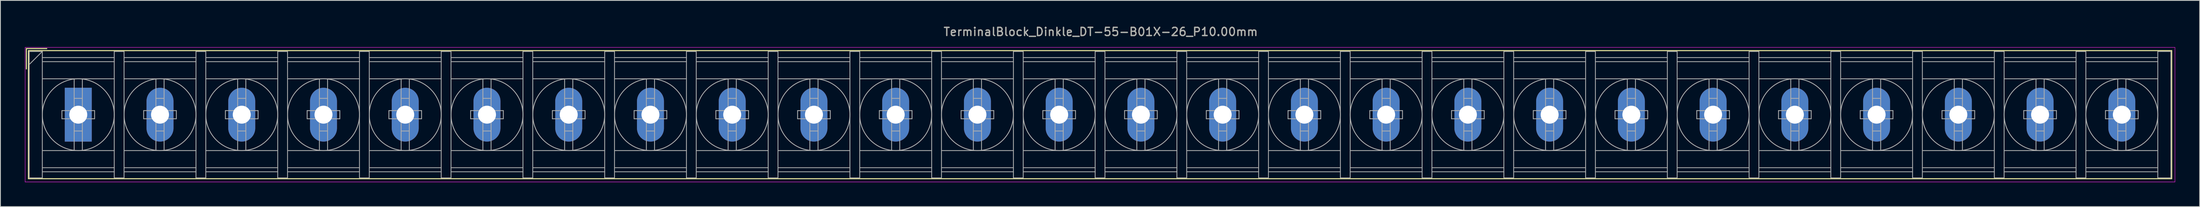
<source format=kicad_pcb>
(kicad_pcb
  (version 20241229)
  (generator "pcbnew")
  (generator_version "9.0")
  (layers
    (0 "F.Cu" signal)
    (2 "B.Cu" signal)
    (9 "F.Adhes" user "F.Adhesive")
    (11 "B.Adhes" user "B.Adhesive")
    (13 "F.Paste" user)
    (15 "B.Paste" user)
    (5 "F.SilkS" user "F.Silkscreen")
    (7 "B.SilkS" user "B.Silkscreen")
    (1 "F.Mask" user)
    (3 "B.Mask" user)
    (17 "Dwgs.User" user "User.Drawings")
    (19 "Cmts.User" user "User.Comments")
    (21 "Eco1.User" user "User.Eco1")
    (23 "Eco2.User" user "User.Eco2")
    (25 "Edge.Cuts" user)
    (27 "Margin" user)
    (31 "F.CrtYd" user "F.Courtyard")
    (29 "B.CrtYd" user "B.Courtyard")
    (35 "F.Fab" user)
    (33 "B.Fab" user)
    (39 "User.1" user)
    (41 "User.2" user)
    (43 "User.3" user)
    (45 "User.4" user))
  (footprint "TerminalBlock_Dinkle_DT-55-B01X-26_P10.00mm"
    (layer "F.Cu")
    (at 6.525 11.008)
    (property "Reference" "TerminalBlock_Dinkle_DT-55-B01X-26_P10.00mm" (at 125.08 -10.16 0) (layer "F.SilkS") (effects (font (size 1 1) (thickness 0.15))))
    (attr through_hole)
    (fp_line (start -6.35 -8.1) (end -3.85 -8.1) (stroke (width 0.12) (type solid)) (layer "F.SilkS"))
    (fp_line (start -6.35 -5.6) (end -6.35 -8.1) (stroke (width 0.12) (type solid)) (layer "F.SilkS"))
    (fp_line (start -6.1 -7.85) (end 256.1 -7.85) (stroke (width 0.12) (type solid)) (layer "F.SilkS"))
    (fp_line (start -6.1 7.85) (end -6.1 -7.85) (stroke (width 0.12) (type solid)) (layer "F.SilkS"))
    (fp_line (start -6.1 7.85) (end 256.1 7.85) (stroke (width 0.12) (type solid)) (layer "F.SilkS"))
    (fp_line (start 256.1 -7.85) (end 256.1 7.85) (stroke (width 0.12) (type solid)) (layer "F.SilkS"))
    (fp_line (start -6.5 -8.25) (end 256.5 -8.25) (stroke (width 0.05) (type solid)) (layer "F.CrtYd"))
    (fp_line (start -6.5 8.25) (end -6.5 -8.25) (stroke (width 0.05) (type solid)) (layer "F.CrtYd"))
    (fp_line (start -6.5 8.25) (end 256.5 8.25) (stroke (width 0.05) (type solid)) (layer "F.CrtYd"))
    (fp_line (start 256.5 -8.25) (end 256.5 8.25) (stroke (width 0.05) (type solid)) (layer "F.CrtYd"))
    (fp_line (start -6 -7.75) (end -6 7.75) (stroke (width 0.1) (type solid)) (layer "F.Fab"))
    (fp_line (start -6 -7.75) (end -4.4 -7.75) (stroke (width 0.1) (type solid)) (layer "F.Fab"))
    (fp_line (start -6 7.75) (end -4.4 7.75) (stroke (width 0.1) (type solid)) (layer "F.Fab"))
    (fp_line (start -4.4 -7.75) (end -6 -6.15) (stroke (width 0.1) (type solid)) (layer "F.Fab"))
    (fp_line (start -4.4 -7.75) (end -4.4 7.75) (stroke (width 0.1) (type solid)) (layer "F.Fab"))
    (fp_line (start -4.4 -7) (end 4.4 -7) (stroke (width 0.1) (type solid)) (layer "F.Fab"))
    (fp_line (start -4.4 -6.5) (end 4.4 -6.5) (stroke (width 0.1) (type solid)) (layer "F.Fab"))
    (fp_line (start -4.4 -4.4) (end 4.4 -4.4) (stroke (width 0.1) (type solid)) (layer "F.Fab"))
    (fp_line (start -4.4 4.4) (end 4.4 4.4) (stroke (width 0.1) (type solid)) (layer "F.Fab"))
    (fp_line (start -4.4 6.5) (end 4.4 6.5) (stroke (width 0.1) (type solid)) (layer "F.Fab"))
    (fp_line (start -4.4 7) (end 4.4 7) (stroke (width 0.1) (type solid)) (layer "F.Fab"))
    (fp_line (start -2 -0.5) (end -2 0.5) (stroke (width 0.1) (type solid)) (layer "F.Fab"))
    (fp_line (start -2 0.5) (end -0.5 0.5) (stroke (width 0.1) (type solid)) (layer "F.Fab"))
    (fp_line (start -0.5 -4.35) (end -0.5 -0.5) (stroke (width 0.1) (type solid)) (layer "F.Fab"))
    (fp_line (start -0.5 -2) (end 0.5 -2) (stroke (width 0.1) (type solid)) (layer "F.Fab"))
    (fp_line (start -0.5 -0.5) (end -2 -0.5) (stroke (width 0.1) (type solid)) (layer "F.Fab"))
    (fp_line (start -0.5 0.5) (end -0.5 4.35) (stroke (width 0.1) (type solid)) (layer "F.Fab"))
    (fp_line (start -0.5 2) (end 0.5 2) (stroke (width 0.1) (type solid)) (layer "F.Fab"))
    (fp_line (start 0.5 -4.35) (end 0.5 -0.5) (stroke (width 0.1) (type solid)) (layer "F.Fab"))
    (fp_line (start 0.5 -0.5) (end 2 -0.5) (stroke (width 0.1) (type solid)) (layer "F.Fab"))
    (fp_line (start 0.5 0.5) (end 0.5 4.35) (stroke (width 0.1) (type solid)) (layer "F.Fab"))
    (fp_line (start 2 -0.5) (end 2 0.5) (stroke (width 0.1) (type solid)) (layer "F.Fab"))
    (fp_line (start 2 0.5) (end 0.5 0.5) (stroke (width 0.1) (type solid)) (layer "F.Fab"))
    (fp_line (start 4.4 -7.75) (end 4.4 7.75) (stroke (width 0.1) (type solid)) (layer "F.Fab"))
    (fp_line (start 4.4 -7.75) (end 5.6 -7.75) (stroke (width 0.1) (type solid)) (layer "F.Fab"))
    (fp_line (start 4.4 7.75) (end 5.6 7.75) (stroke (width 0.1) (type solid)) (layer "F.Fab"))
    (fp_line (start 5.6 -7.75) (end 5.6 7.75) (stroke (width 0.1) (type solid)) (layer "F.Fab"))
    (fp_line (start 5.6 -7) (end 14.4 -7) (stroke (width 0.1) (type solid)) (layer "F.Fab"))
    (fp_line (start 5.6 -6.5) (end 14.4 -6.5) (stroke (width 0.1) (type solid)) (layer "F.Fab"))
    (fp_line (start 5.6 -4.4) (end 14.4 -4.4) (stroke (width 0.1) (type solid)) (layer "F.Fab"))
    (fp_line (start 5.6 4.4) (end 14.4 4.4) (stroke (width 0.1) (type solid)) (layer "F.Fab"))
    (fp_line (start 5.6 6.5) (end 14.4 6.5) (stroke (width 0.1) (type solid)) (layer "F.Fab"))
    (fp_line (start 5.6 7) (end 14.4 7) (stroke (width 0.1) (type solid)) (layer "F.Fab"))
    (fp_line (start 8 -0.5) (end 8 0.5) (stroke (width 0.1) (type solid)) (layer "F.Fab"))
    (fp_line (start 8 0.5) (end 9.5 0.5) (stroke (width 0.1) (type solid)) (layer "F.Fab"))
    (fp_line (start 9.5 -4.35) (end 9.5 -0.5) (stroke (width 0.1) (type solid)) (layer "F.Fab"))
    (fp_line (start 9.5 -2) (end 10.5 -2) (stroke (width 0.1) (type solid)) (layer "F.Fab"))
    (fp_line (start 9.5 -0.5) (end 8 -0.5) (stroke (width 0.1) (type solid)) (layer "F.Fab"))
    (fp_line (start 9.5 0.5) (end 9.5 4.35) (stroke (width 0.1) (type solid)) (layer "F.Fab"))
    (fp_line (start 9.5 2) (end 10.5 2) (stroke (width 0.1) (type solid)) (layer "F.Fab"))
    (fp_line (start 10.5 -4.35) (end 10.5 -0.5) (stroke (width 0.1) (type solid)) (layer "F.Fab"))
    (fp_line (start 10.5 -0.5) (end 12 -0.5) (stroke (width 0.1) (type solid)) (layer "F.Fab"))
    (fp_line (start 10.5 0.5) (end 10.5 4.35) (stroke (width 0.1) (type solid)) (layer "F.Fab"))
    (fp_line (start 12 -0.5) (end 12 0.5) (stroke (width 0.1) (type solid)) (layer "F.Fab"))
    (fp_line (start 12 0.5) (end 10.5 0.5) (stroke (width 0.1) (type solid)) (layer "F.Fab"))
    (fp_line (start 14.4 -7.75) (end 14.4 7.75) (stroke (width 0.1) (type solid)) (layer "F.Fab"))
    (fp_line (start 14.4 -7.75) (end 15.6 -7.75) (stroke (width 0.1) (type solid)) (layer "F.Fab"))
    (fp_line (start 14.4 7.75) (end 15.6 7.75) (stroke (width 0.1) (type solid)) (layer "F.Fab"))
    (fp_line (start 15.6 -7.75) (end 15.6 7.75) (stroke (width 0.1) (type solid)) (layer "F.Fab"))
    (fp_line (start 15.6 -7) (end 24.4 -7) (stroke (width 0.1) (type solid)) (layer "F.Fab"))
    (fp_line (start 15.6 -6.5) (end 24.4 -6.5) (stroke (width 0.1) (type solid)) (layer "F.Fab"))
    (fp_line (start 15.6 -4.4) (end 24.4 -4.4) (stroke (width 0.1) (type solid)) (layer "F.Fab"))
    (fp_line (start 15.6 4.4) (end 24.4 4.4) (stroke (width 0.1) (type solid)) (layer "F.Fab"))
    (fp_line (start 15.6 6.5) (end 24.4 6.5) (stroke (width 0.1) (type solid)) (layer "F.Fab"))
    (fp_line (start 15.6 7) (end 24.4 7) (stroke (width 0.1) (type solid)) (layer "F.Fab"))
    (fp_line (start 18 -0.5) (end 18 0.5) (stroke (width 0.1) (type solid)) (layer "F.Fab"))
    (fp_line (start 18 0.5) (end 19.5 0.5) (stroke (width 0.1) (type solid)) (layer "F.Fab"))
    (fp_line (start 19.5 -4.35) (end 19.5 -0.5) (stroke (width 0.1) (type solid)) (layer "F.Fab"))
    (fp_line (start 19.5 -2) (end 20.5 -2) (stroke (width 0.1) (type solid)) (layer "F.Fab"))
    (fp_line (start 19.5 -0.5) (end 18 -0.5) (stroke (width 0.1) (type solid)) (layer "F.Fab"))
    (fp_line (start 19.5 0.5) (end 19.5 4.35) (stroke (width 0.1) (type solid)) (layer "F.Fab"))
    (fp_line (start 19.5 2) (end 20.5 2) (stroke (width 0.1) (type solid)) (layer "F.Fab"))
    (fp_line (start 20.5 -4.35) (end 20.5 -0.5) (stroke (width 0.1) (type solid)) (layer "F.Fab"))
    (fp_line (start 20.5 -0.5) (end 22 -0.5) (stroke (width 0.1) (type solid)) (layer "F.Fab"))
    (fp_line (start 20.5 0.5) (end 20.5 4.35) (stroke (width 0.1) (type solid)) (layer "F.Fab"))
    (fp_line (start 22 -0.5) (end 22 0.5) (stroke (width 0.1) (type solid)) (layer "F.Fab"))
    (fp_line (start 22 0.5) (end 20.5 0.5) (stroke (width 0.1) (type solid)) (layer "F.Fab"))
    (fp_line (start 24.4 -7.75) (end 24.4 7.75) (stroke (width 0.1) (type solid)) (layer "F.Fab"))
    (fp_line (start 24.4 -7.75) (end 25.6 -7.75) (stroke (width 0.1) (type solid)) (layer "F.Fab"))
    (fp_line (start 24.4 7.75) (end 25.6 7.75) (stroke (width 0.1) (type solid)) (layer "F.Fab"))
    (fp_line (start 25.6 -7.75) (end 25.6 7.75) (stroke (width 0.1) (type solid)) (layer "F.Fab"))
    (fp_line (start 25.6 -7) (end 34.4 -7) (stroke (width 0.1) (type solid)) (layer "F.Fab"))
    (fp_line (start 25.6 -6.5) (end 34.4 -6.5) (stroke (width 0.1) (type solid)) (layer "F.Fab"))
    (fp_line (start 25.6 -4.4) (end 34.4 -4.4) (stroke (width 0.1) (type solid)) (layer "F.Fab"))
    (fp_line (start 25.6 4.4) (end 34.4 4.4) (stroke (width 0.1) (type solid)) (layer "F.Fab"))
    (fp_line (start 25.6 6.5) (end 34.4 6.5) (stroke (width 0.1) (type solid)) (layer "F.Fab"))
    (fp_line (start 25.6 7) (end 34.4 7) (stroke (width 0.1) (type solid)) (layer "F.Fab"))
    (fp_line (start 28 -0.5) (end 28 0.5) (stroke (width 0.1) (type solid)) (layer "F.Fab"))
    (fp_line (start 28 0.5) (end 29.5 0.5) (stroke (width 0.1) (type solid)) (layer "F.Fab"))
    (fp_line (start 29.5 -4.35) (end 29.5 -0.5) (stroke (width 0.1) (type solid)) (layer "F.Fab"))
    (fp_line (start 29.5 -2) (end 30.5 -2) (stroke (width 0.1) (type solid)) (layer "F.Fab"))
    (fp_line (start 29.5 -0.5) (end 28 -0.5) (stroke (width 0.1) (type solid)) (layer "F.Fab"))
    (fp_line (start 29.5 0.5) (end 29.5 4.35) (stroke (width 0.1) (type solid)) (layer "F.Fab"))
    (fp_line (start 29.5 2) (end 30.5 2) (stroke (width 0.1) (type solid)) (layer "F.Fab"))
    (fp_line (start 30.5 -4.35) (end 30.5 -0.5) (stroke (width 0.1) (type solid)) (layer "F.Fab"))
    (fp_line (start 30.5 -0.5) (end 32 -0.5) (stroke (width 0.1) (type solid)) (layer "F.Fab"))
    (fp_line (start 30.5 0.5) (end 30.5 4.35) (stroke (width 0.1) (type solid)) (layer "F.Fab"))
    (fp_line (start 32 -0.5) (end 32 0.5) (stroke (width 0.1) (type solid)) (layer "F.Fab"))
    (fp_line (start 32 0.5) (end 30.5 0.5) (stroke (width 0.1) (type solid)) (layer "F.Fab"))
    (fp_line (start 34.4 -7.75) (end 34.4 7.75) (stroke (width 0.1) (type solid)) (layer "F.Fab"))
    (fp_line (start 34.4 -7.75) (end 35.6 -7.75) (stroke (width 0.1) (type solid)) (layer "F.Fab"))
    (fp_line (start 34.4 7.75) (end 35.6 7.75) (stroke (width 0.1) (type solid)) (layer "F.Fab"))
    (fp_line (start 35.6 -7.75) (end 35.6 7.75) (stroke (width 0.1) (type solid)) (layer "F.Fab"))
    (fp_line (start 35.6 -7) (end 44.4 -7) (stroke (width 0.1) (type solid)) (layer "F.Fab"))
    (fp_line (start 35.6 -6.5) (end 44.4 -6.5) (stroke (width 0.1) (type solid)) (layer "F.Fab"))
    (fp_line (start 35.6 -4.4) (end 44.4 -4.4) (stroke (width 0.1) (type solid)) (layer "F.Fab"))
    (fp_line (start 35.6 4.4) (end 44.4 4.4) (stroke (width 0.1) (type solid)) (layer "F.Fab"))
    (fp_line (start 35.6 6.5) (end 44.4 6.5) (stroke (width 0.1) (type solid)) (layer "F.Fab"))
    (fp_line (start 35.6 7) (end 44.4 7) (stroke (width 0.1) (type solid)) (layer "F.Fab"))
    (fp_line (start 38 -0.5) (end 38 0.5) (stroke (width 0.1) (type solid)) (layer "F.Fab"))
    (fp_line (start 38 0.5) (end 39.5 0.5) (stroke (width 0.1) (type solid)) (layer "F.Fab"))
    (fp_line (start 39.5 -4.35) (end 39.5 -0.5) (stroke (width 0.1) (type solid)) (layer "F.Fab"))
    (fp_line (start 39.5 -2) (end 40.5 -2) (stroke (width 0.1) (type solid)) (layer "F.Fab"))
    (fp_line (start 39.5 -0.5) (end 38 -0.5) (stroke (width 0.1) (type solid)) (layer "F.Fab"))
    (fp_line (start 39.5 0.5) (end 39.5 4.35) (stroke (width 0.1) (type solid)) (layer "F.Fab"))
    (fp_line (start 39.5 2) (end 40.5 2) (stroke (width 0.1) (type solid)) (layer "F.Fab"))
    (fp_line (start 40.5 -4.35) (end 40.5 -0.5) (stroke (width 0.1) (type solid)) (layer "F.Fab"))
    (fp_line (start 40.5 -0.5) (end 42 -0.5) (stroke (width 0.1) (type solid)) (layer "F.Fab"))
    (fp_line (start 40.5 0.5) (end 40.5 4.35) (stroke (width 0.1) (type solid)) (layer "F.Fab"))
    (fp_line (start 42 -0.5) (end 42 0.5) (stroke (width 0.1) (type solid)) (layer "F.Fab"))
    (fp_line (start 42 0.5) (end 40.5 0.5) (stroke (width 0.1) (type solid)) (layer "F.Fab"))
    (fp_line (start 44.4 -7.75) (end 44.4 7.75) (stroke (width 0.1) (type solid)) (layer "F.Fab"))
    (fp_line (start 44.4 -7.75) (end 45.6 -7.75) (stroke (width 0.1) (type solid)) (layer "F.Fab"))
    (fp_line (start 44.4 7.75) (end 45.6 7.75) (stroke (width 0.1) (type solid)) (layer "F.Fab"))
    (fp_line (start 45.6 -7.75) (end 45.6 7.75) (stroke (width 0.1) (type solid)) (layer "F.Fab"))
    (fp_line (start 45.6 -7) (end 54.4 -7) (stroke (width 0.1) (type solid)) (layer "F.Fab"))
    (fp_line (start 45.6 -6.5) (end 54.4 -6.5) (stroke (width 0.1) (type solid)) (layer "F.Fab"))
    (fp_line (start 45.6 -4.4) (end 54.4 -4.4) (stroke (width 0.1) (type solid)) (layer "F.Fab"))
    (fp_line (start 45.6 4.4) (end 54.4 4.4) (stroke (width 0.1) (type solid)) (layer "F.Fab"))
    (fp_line (start 45.6 6.5) (end 54.4 6.5) (stroke (width 0.1) (type solid)) (layer "F.Fab"))
    (fp_line (start 45.6 7) (end 54.4 7) (stroke (width 0.1) (type solid)) (layer "F.Fab"))
    (fp_line (start 48 -0.5) (end 48 0.5) (stroke (width 0.1) (type solid)) (layer "F.Fab"))
    (fp_line (start 48 0.5) (end 49.5 0.5) (stroke (width 0.1) (type solid)) (layer "F.Fab"))
    (fp_line (start 49.5 -4.35) (end 49.5 -0.5) (stroke (width 0.1) (type solid)) (layer "F.Fab"))
    (fp_line (start 49.5 -2) (end 50.5 -2) (stroke (width 0.1) (type solid)) (layer "F.Fab"))
    (fp_line (start 49.5 -0.5) (end 48 -0.5) (stroke (width 0.1) (type solid)) (layer "F.Fab"))
    (fp_line (start 49.5 0.5) (end 49.5 4.35) (stroke (width 0.1) (type solid)) (layer "F.Fab"))
    (fp_line (start 49.5 2) (end 50.5 2) (stroke (width 0.1) (type solid)) (layer "F.Fab"))
    (fp_line (start 50.5 -4.35) (end 50.5 -0.5) (stroke (width 0.1) (type solid)) (layer "F.Fab"))
    (fp_line (start 50.5 -0.5) (end 52 -0.5) (stroke (width 0.1) (type solid)) (layer "F.Fab"))
    (fp_line (start 50.5 0.5) (end 50.5 4.35) (stroke (width 0.1) (type solid)) (layer "F.Fab"))
    (fp_line (start 52 -0.5) (end 52 0.5) (stroke (width 0.1) (type solid)) (layer "F.Fab"))
    (fp_line (start 52 0.5) (end 50.5 0.5) (stroke (width 0.1) (type solid)) (layer "F.Fab"))
    (fp_line (start 54.4 -7.75) (end 54.4 7.75) (stroke (width 0.1) (type solid)) (layer "F.Fab"))
    (fp_line (start 54.4 -7.75) (end 55.6 -7.75) (stroke (width 0.1) (type solid)) (layer "F.Fab"))
    (fp_line (start 54.4 7.75) (end 55.6 7.75) (stroke (width 0.1) (type solid)) (layer "F.Fab"))
    (fp_line (start 55.6 -7.75) (end 55.6 7.75) (stroke (width 0.1) (type solid)) (layer "F.Fab"))
    (fp_line (start 55.6 -7) (end 64.4 -7) (stroke (width 0.1) (type solid)) (layer "F.Fab"))
    (fp_line (start 55.6 -6.5) (end 64.4 -6.5) (stroke (width 0.1) (type solid)) (layer "F.Fab"))
    (fp_line (start 55.6 -4.4) (end 64.4 -4.4) (stroke (width 0.1) (type solid)) (layer "F.Fab"))
    (fp_line (start 55.6 4.4) (end 64.4 4.4) (stroke (width 0.1) (type solid)) (layer "F.Fab"))
    (fp_line (start 55.6 6.5) (end 64.4 6.5) (stroke (width 0.1) (type solid)) (layer "F.Fab"))
    (fp_line (start 55.6 7) (end 64.4 7) (stroke (width 0.1) (type solid)) (layer "F.Fab"))
    (fp_line (start 58 -0.5) (end 58 0.5) (stroke (width 0.1) (type solid)) (layer "F.Fab"))
    (fp_line (start 58 0.5) (end 59.5 0.5) (stroke (width 0.1) (type solid)) (layer "F.Fab"))
    (fp_line (start 59.5 -4.35) (end 59.5 -0.5) (stroke (width 0.1) (type solid)) (layer "F.Fab"))
    (fp_line (start 59.5 -2) (end 60.5 -2) (stroke (width 0.1) (type solid)) (layer "F.Fab"))
    (fp_line (start 59.5 -0.5) (end 58 -0.5) (stroke (width 0.1) (type solid)) (layer "F.Fab"))
    (fp_line (start 59.5 0.5) (end 59.5 4.35) (stroke (width 0.1) (type solid)) (layer "F.Fab"))
    (fp_line (start 59.5 2) (end 60.5 2) (stroke (width 0.1) (type solid)) (layer "F.Fab"))
    (fp_line (start 60.5 -4.35) (end 60.5 -0.5) (stroke (width 0.1) (type solid)) (layer "F.Fab"))
    (fp_line (start 60.5 -0.5) (end 62 -0.5) (stroke (width 0.1) (type solid)) (layer "F.Fab"))
    (fp_line (start 60.5 0.5) (end 60.5 4.35) (stroke (width 0.1) (type solid)) (layer "F.Fab"))
    (fp_line (start 62 -0.5) (end 62 0.5) (stroke (width 0.1) (type solid)) (layer "F.Fab"))
    (fp_line (start 62 0.5) (end 60.5 0.5) (stroke (width 0.1) (type solid)) (layer "F.Fab"))
    (fp_line (start 64.4 -7.75) (end 64.4 7.75) (stroke (width 0.1) (type solid)) (layer "F.Fab"))
    (fp_line (start 64.4 -7.75) (end 65.6 -7.75) (stroke (width 0.1) (type solid)) (layer "F.Fab"))
    (fp_line (start 64.4 7.75) (end 65.6 7.75) (stroke (width 0.1) (type solid)) (layer "F.Fab"))
    (fp_line (start 65.6 -7.75) (end 65.6 7.75) (stroke (width 0.1) (type solid)) (layer "F.Fab"))
    (fp_line (start 65.6 -7) (end 74.4 -7) (stroke (width 0.1) (type solid)) (layer "F.Fab"))
    (fp_line (start 65.6 -6.5) (end 74.4 -6.5) (stroke (width 0.1) (type solid)) (layer "F.Fab"))
    (fp_line (start 65.6 -4.4) (end 74.4 -4.4) (stroke (width 0.1) (type solid)) (layer "F.Fab"))
    (fp_line (start 65.6 4.4) (end 74.4 4.4) (stroke (width 0.1) (type solid)) (layer "F.Fab"))
    (fp_line (start 65.6 6.5) (end 74.4 6.5) (stroke (width 0.1) (type solid)) (layer "F.Fab"))
    (fp_line (start 65.6 7) (end 74.4 7) (stroke (width 0.1) (type solid)) (layer "F.Fab"))
    (fp_line (start 68 -0.5) (end 68 0.5) (stroke (width 0.1) (type solid)) (layer "F.Fab"))
    (fp_line (start 68 0.5) (end 69.5 0.5) (stroke (width 0.1) (type solid)) (layer "F.Fab"))
    (fp_line (start 69.5 -4.35) (end 69.5 -0.5) (stroke (width 0.1) (type solid)) (layer "F.Fab"))
    (fp_line (start 69.5 -2) (end 70.5 -2) (stroke (width 0.1) (type solid)) (layer "F.Fab"))
    (fp_line (start 69.5 -0.5) (end 68 -0.5) (stroke (width 0.1) (type solid)) (layer "F.Fab"))
    (fp_line (start 69.5 0.5) (end 69.5 4.35) (stroke (width 0.1) (type solid)) (layer "F.Fab"))
    (fp_line (start 69.5 2) (end 70.5 2) (stroke (width 0.1) (type solid)) (layer "F.Fab"))
    (fp_line (start 70.5 -4.35) (end 70.5 -0.5) (stroke (width 0.1) (type solid)) (layer "F.Fab"))
    (fp_line (start 70.5 -0.5) (end 72 -0.5) (stroke (width 0.1) (type solid)) (layer "F.Fab"))
    (fp_line (start 70.5 0.5) (end 70.5 4.35) (stroke (width 0.1) (type solid)) (layer "F.Fab"))
    (fp_line (start 72 -0.5) (end 72 0.5) (stroke (width 0.1) (type solid)) (layer "F.Fab"))
    (fp_line (start 72 0.5) (end 70.5 0.5) (stroke (width 0.1) (type solid)) (layer "F.Fab"))
    (fp_line (start 74.4 -7.75) (end 74.4 7.75) (stroke (width 0.1) (type solid)) (layer "F.Fab"))
    (fp_line (start 74.4 -7.75) (end 75.6 -7.75) (stroke (width 0.1) (type solid)) (layer "F.Fab"))
    (fp_line (start 74.4 7.75) (end 75.6 7.75) (stroke (width 0.1) (type solid)) (layer "F.Fab"))
    (fp_line (start 75.6 -7.75) (end 75.6 7.75) (stroke (width 0.1) (type solid)) (layer "F.Fab"))
    (fp_line (start 75.6 -7) (end 84.4 -7) (stroke (width 0.1) (type solid)) (layer "F.Fab"))
    (fp_line (start 75.6 -6.5) (end 84.4 -6.5) (stroke (width 0.1) (type solid)) (layer "F.Fab"))
    (fp_line (start 75.6 -4.4) (end 84.4 -4.4) (stroke (width 0.1) (type solid)) (layer "F.Fab"))
    (fp_line (start 75.6 4.4) (end 84.4 4.4) (stroke (width 0.1) (type solid)) (layer "F.Fab"))
    (fp_line (start 75.6 6.5) (end 84.4 6.5) (stroke (width 0.1) (type solid)) (layer "F.Fab"))
    (fp_line (start 75.6 7) (end 84.4 7) (stroke (width 0.1) (type solid)) (layer "F.Fab"))
    (fp_line (start 78 -0.5) (end 78 0.5) (stroke (width 0.1) (type solid)) (layer "F.Fab"))
    (fp_line (start 78 0.5) (end 79.5 0.5) (stroke (width 0.1) (type solid)) (layer "F.Fab"))
    (fp_line (start 79.5 -4.35) (end 79.5 -0.5) (stroke (width 0.1) (type solid)) (layer "F.Fab"))
    (fp_line (start 79.5 -2) (end 80.5 -2) (stroke (width 0.1) (type solid)) (layer "F.Fab"))
    (fp_line (start 79.5 -0.5) (end 78 -0.5) (stroke (width 0.1) (type solid)) (layer "F.Fab"))
    (fp_line (start 79.5 0.5) (end 79.5 4.35) (stroke (width 0.1) (type solid)) (layer "F.Fab"))
    (fp_line (start 79.5 2) (end 80.5 2) (stroke (width 0.1) (type solid)) (layer "F.Fab"))
    (fp_line (start 80.5 -4.35) (end 80.5 -0.5) (stroke (width 0.1) (type solid)) (layer "F.Fab"))
    (fp_line (start 80.5 -0.5) (end 82 -0.5) (stroke (width 0.1) (type solid)) (layer "F.Fab"))
    (fp_line (start 80.5 0.5) (end 80.5 4.35) (stroke (width 0.1) (type solid)) (layer "F.Fab"))
    (fp_line (start 82 -0.5) (end 82 0.5) (stroke (width 0.1) (type solid)) (layer "F.Fab"))
    (fp_line (start 82 0.5) (end 80.5 0.5) (stroke (width 0.1) (type solid)) (layer "F.Fab"))
    (fp_line (start 84.4 -7.75) (end 84.4 7.75) (stroke (width 0.1) (type solid)) (layer "F.Fab"))
    (fp_line (start 84.4 -7.75) (end 85.6 -7.75) (stroke (width 0.1) (type solid)) (layer "F.Fab"))
    (fp_line (start 84.4 7.75) (end 85.6 7.75) (stroke (width 0.1) (type solid)) (layer "F.Fab"))
    (fp_line (start 85.6 -7.75) (end 85.6 7.75) (stroke (width 0.1) (type solid)) (layer "F.Fab"))
    (fp_line (start 85.6 -7) (end 94.4 -7) (stroke (width 0.1) (type solid)) (layer "F.Fab"))
    (fp_line (start 85.6 -6.5) (end 94.4 -6.5) (stroke (width 0.1) (type solid)) (layer "F.Fab"))
    (fp_line (start 85.6 -4.4) (end 94.4 -4.4) (stroke (width 0.1) (type solid)) (layer "F.Fab"))
    (fp_line (start 85.6 4.4) (end 94.4 4.4) (stroke (width 0.1) (type solid)) (layer "F.Fab"))
    (fp_line (start 85.6 6.5) (end 94.4 6.5) (stroke (width 0.1) (type solid)) (layer "F.Fab"))
    (fp_line (start 85.6 7) (end 94.4 7) (stroke (width 0.1) (type solid)) (layer "F.Fab"))
    (fp_line (start 88 -0.5) (end 88 0.5) (stroke (width 0.1) (type solid)) (layer "F.Fab"))
    (fp_line (start 88 0.5) (end 89.5 0.5) (stroke (width 0.1) (type solid)) (layer "F.Fab"))
    (fp_line (start 89.5 -4.35) (end 89.5 -0.5) (stroke (width 0.1) (type solid)) (layer "F.Fab"))
    (fp_line (start 89.5 -2) (end 90.5 -2) (stroke (width 0.1) (type solid)) (layer "F.Fab"))
    (fp_line (start 89.5 -0.5) (end 88 -0.5) (stroke (width 0.1) (type solid)) (layer "F.Fab"))
    (fp_line (start 89.5 0.5) (end 89.5 4.35) (stroke (width 0.1) (type solid)) (layer "F.Fab"))
    (fp_line (start 89.5 2) (end 90.5 2) (stroke (width 0.1) (type solid)) (layer "F.Fab"))
    (fp_line (start 90.5 -4.35) (end 90.5 -0.5) (stroke (width 0.1) (type solid)) (layer "F.Fab"))
    (fp_line (start 90.5 -0.5) (end 92 -0.5) (stroke (width 0.1) (type solid)) (layer "F.Fab"))
    (fp_line (start 90.5 0.5) (end 90.5 4.35) (stroke (width 0.1) (type solid)) (layer "F.Fab"))
    (fp_line (start 92 -0.5) (end 92 0.5) (stroke (width 0.1) (type solid)) (layer "F.Fab"))
    (fp_line (start 92 0.5) (end 90.5 0.5) (stroke (width 0.1) (type solid)) (layer "F.Fab"))
    (fp_line (start 94.4 -7.75) (end 94.4 7.75) (stroke (width 0.1) (type solid)) (layer "F.Fab"))
    (fp_line (start 94.4 -7.75) (end 95.6 -7.75) (stroke (width 0.1) (type solid)) (layer "F.Fab"))
    (fp_line (start 94.4 7.75) (end 95.6 7.75) (stroke (width 0.1) (type solid)) (layer "F.Fab"))
    (fp_line (start 95.6 -7.75) (end 95.6 7.75) (stroke (width 0.1) (type solid)) (layer "F.Fab"))
    (fp_line (start 95.6 -7) (end 104.4 -7) (stroke (width 0.1) (type solid)) (layer "F.Fab"))
    (fp_line (start 95.6 -6.5) (end 104.4 -6.5) (stroke (width 0.1) (type solid)) (layer "F.Fab"))
    (fp_line (start 95.6 -4.4) (end 104.4 -4.4) (stroke (width 0.1) (type solid)) (layer "F.Fab"))
    (fp_line (start 95.6 4.4) (end 104.4 4.4) (stroke (width 0.1) (type solid)) (layer "F.Fab"))
    (fp_line (start 95.6 6.5) (end 104.4 6.5) (stroke (width 0.1) (type solid)) (layer "F.Fab"))
    (fp_line (start 95.6 7) (end 104.4 7) (stroke (width 0.1) (type solid)) (layer "F.Fab"))
    (fp_line (start 98 -0.5) (end 98 0.5) (stroke (width 0.1) (type solid)) (layer "F.Fab"))
    (fp_line (start 98 0.5) (end 99.5 0.5) (stroke (width 0.1) (type solid)) (layer "F.Fab"))
    (fp_line (start 99.5 -4.35) (end 99.5 -0.5) (stroke (width 0.1) (type solid)) (layer "F.Fab"))
    (fp_line (start 99.5 -2) (end 100.5 -2) (stroke (width 0.1) (type solid)) (layer "F.Fab"))
    (fp_line (start 99.5 -0.5) (end 98 -0.5) (stroke (width 0.1) (type solid)) (layer "F.Fab"))
    (fp_line (start 99.5 0.5) (end 99.5 4.35) (stroke (width 0.1) (type solid)) (layer "F.Fab"))
    (fp_line (start 99.5 2) (end 100.5 2) (stroke (width 0.1) (type solid)) (layer "F.Fab"))
    (fp_line (start 100.5 -4.35) (end 100.5 -0.5) (stroke (width 0.1) (type solid)) (layer "F.Fab"))
    (fp_line (start 100.5 -0.5) (end 102 -0.5) (stroke (width 0.1) (type solid)) (layer "F.Fab"))
    (fp_line (start 100.5 0.5) (end 100.5 4.35) (stroke (width 0.1) (type solid)) (layer "F.Fab"))
    (fp_line (start 102 -0.5) (end 102 0.5) (stroke (width 0.1) (type solid)) (layer "F.Fab"))
    (fp_line (start 102 0.5) (end 100.5 0.5) (stroke (width 0.1) (type solid)) (layer "F.Fab"))
    (fp_line (start 104.4 -7.75) (end 104.4 7.75) (stroke (width 0.1) (type solid)) (layer "F.Fab"))
    (fp_line (start 104.4 -7.75) (end 105.6 -7.75) (stroke (width 0.1) (type solid)) (layer "F.Fab"))
    (fp_line (start 104.4 7.75) (end 105.6 7.75) (stroke (width 0.1) (type solid)) (layer "F.Fab"))
    (fp_line (start 105.6 -7.75) (end 105.6 7.75) (stroke (width 0.1) (type solid)) (layer "F.Fab"))
    (fp_line (start 105.6 -7) (end 114.4 -7) (stroke (width 0.1) (type solid)) (layer "F.Fab"))
    (fp_line (start 105.6 -6.5) (end 114.4 -6.5) (stroke (width 0.1) (type solid)) (layer "F.Fab"))
    (fp_line (start 105.6 -4.4) (end 114.4 -4.4) (stroke (width 0.1) (type solid)) (layer "F.Fab"))
    (fp_line (start 105.6 4.4) (end 114.4 4.4) (stroke (width 0.1) (type solid)) (layer "F.Fab"))
    (fp_line (start 105.6 6.5) (end 114.4 6.5) (stroke (width 0.1) (type solid)) (layer "F.Fab"))
    (fp_line (start 105.6 7) (end 114.4 7) (stroke (width 0.1) (type solid)) (layer "F.Fab"))
    (fp_line (start 108 -0.5) (end 108 0.5) (stroke (width 0.1) (type solid)) (layer "F.Fab"))
    (fp_line (start 108 0.5) (end 109.5 0.5) (stroke (width 0.1) (type solid)) (layer "F.Fab"))
    (fp_line (start 109.5 -4.35) (end 109.5 -0.5) (stroke (width 0.1) (type solid)) (layer "F.Fab"))
    (fp_line (start 109.5 -2) (end 110.5 -2) (stroke (width 0.1) (type solid)) (layer "F.Fab"))
    (fp_line (start 109.5 -0.5) (end 108 -0.5) (stroke (width 0.1) (type solid)) (layer "F.Fab"))
    (fp_line (start 109.5 0.5) (end 109.5 4.35) (stroke (width 0.1) (type solid)) (layer "F.Fab"))
    (fp_line (start 109.5 2) (end 110.5 2) (stroke (width 0.1) (type solid)) (layer "F.Fab"))
    (fp_line (start 110.5 -4.35) (end 110.5 -0.5) (stroke (width 0.1) (type solid)) (layer "F.Fab"))
    (fp_line (start 110.5 -0.5) (end 112 -0.5) (stroke (width 0.1) (type solid)) (layer "F.Fab"))
    (fp_line (start 110.5 0.5) (end 110.5 4.35) (stroke (width 0.1) (type solid)) (layer "F.Fab"))
    (fp_line (start 112 -0.5) (end 112 0.5) (stroke (width 0.1) (type solid)) (layer "F.Fab"))
    (fp_line (start 112 0.5) (end 110.5 0.5) (stroke (width 0.1) (type solid)) (layer "F.Fab"))
    (fp_line (start 114.4 -7.75) (end 114.4 7.75) (stroke (width 0.1) (type solid)) (layer "F.Fab"))
    (fp_line (start 114.4 -7.75) (end 115.6 -7.75) (stroke (width 0.1) (type solid)) (layer "F.Fab"))
    (fp_line (start 114.4 7.75) (end 115.6 7.75) (stroke (width 0.1) (type solid)) (layer "F.Fab"))
    (fp_line (start 115.6 -7.75) (end 115.6 7.75) (stroke (width 0.1) (type solid)) (layer "F.Fab"))
    (fp_line (start 115.6 -7) (end 124.4 -7) (stroke (width 0.1) (type solid)) (layer "F.Fab"))
    (fp_line (start 115.6 -6.5) (end 124.4 -6.5) (stroke (width 0.1) (type solid)) (layer "F.Fab"))
    (fp_line (start 115.6 -4.4) (end 124.4 -4.4) (stroke (width 0.1) (type solid)) (layer "F.Fab"))
    (fp_line (start 115.6 4.4) (end 124.4 4.4) (stroke (width 0.1) (type solid)) (layer "F.Fab"))
    (fp_line (start 115.6 6.5) (end 124.4 6.5) (stroke (width 0.1) (type solid)) (layer "F.Fab"))
    (fp_line (start 115.6 7) (end 124.4 7) (stroke (width 0.1) (type solid)) (layer "F.Fab"))
    (fp_line (start 118 -0.5) (end 118 0.5) (stroke (width 0.1) (type solid)) (layer "F.Fab"))
    (fp_line (start 118 0.5) (end 119.5 0.5) (stroke (width 0.1) (type solid)) (layer "F.Fab"))
    (fp_line (start 119.5 -4.35) (end 119.5 -0.5) (stroke (width 0.1) (type solid)) (layer "F.Fab"))
    (fp_line (start 119.5 -2) (end 120.5 -2) (stroke (width 0.1) (type solid)) (layer "F.Fab"))
    (fp_line (start 119.5 -0.5) (end 118 -0.5) (stroke (width 0.1) (type solid)) (layer "F.Fab"))
    (fp_line (start 119.5 0.5) (end 119.5 4.35) (stroke (width 0.1) (type solid)) (layer "F.Fab"))
    (fp_line (start 119.5 2) (end 120.5 2) (stroke (width 0.1) (type solid)) (layer "F.Fab"))
    (fp_line (start 120.5 -4.35) (end 120.5 -0.5) (stroke (width 0.1) (type solid)) (layer "F.Fab"))
    (fp_line (start 120.5 -0.5) (end 122 -0.5) (stroke (width 0.1) (type solid)) (layer "F.Fab"))
    (fp_line (start 120.5 0.5) (end 120.5 4.35) (stroke (width 0.1) (type solid)) (layer "F.Fab"))
    (fp_line (start 122 -0.5) (end 122 0.5) (stroke (width 0.1) (type solid)) (layer "F.Fab"))
    (fp_line (start 122 0.5) (end 120.5 0.5) (stroke (width 0.1) (type solid)) (layer "F.Fab"))
    (fp_line (start 124.4 -7.75) (end 124.4 7.75) (stroke (width 0.1) (type solid)) (layer "F.Fab"))
    (fp_line (start 124.4 -7.75) (end 125.6 -7.75) (stroke (width 0.1) (type solid)) (layer "F.Fab"))
    (fp_line (start 124.4 7.75) (end 125.6 7.75) (stroke (width 0.1) (type solid)) (layer "F.Fab"))
    (fp_line (start 125.6 -7.75) (end 125.6 7.75) (stroke (width 0.1) (type solid)) (layer "F.Fab"))
    (fp_line (start 125.6 -7) (end 134.4 -7) (stroke (width 0.1) (type solid)) (layer "F.Fab"))
    (fp_line (start 125.6 -6.5) (end 134.4 -6.5) (stroke (width 0.1) (type solid)) (layer "F.Fab"))
    (fp_line (start 125.6 -4.4) (end 134.4 -4.4) (stroke (width 0.1) (type solid)) (layer "F.Fab"))
    (fp_line (start 125.6 4.4) (end 134.4 4.4) (stroke (width 0.1) (type solid)) (layer "F.Fab"))
    (fp_line (start 125.6 6.5) (end 134.4 6.5) (stroke (width 0.1) (type solid)) (layer "F.Fab"))
    (fp_line (start 125.6 7) (end 134.4 7) (stroke (width 0.1) (type solid)) (layer "F.Fab"))
    (fp_line (start 128 -0.5) (end 128 0.5) (stroke (width 0.1) (type solid)) (layer "F.Fab"))
    (fp_line (start 128 0.5) (end 129.5 0.5) (stroke (width 0.1) (type solid)) (layer "F.Fab"))
    (fp_line (start 129.5 -4.35) (end 129.5 -0.5) (stroke (width 0.1) (type solid)) (layer "F.Fab"))
    (fp_line (start 129.5 -2) (end 130.5 -2) (stroke (width 0.1) (type solid)) (layer "F.Fab"))
    (fp_line (start 129.5 -0.5) (end 128 -0.5) (stroke (width 0.1) (type solid)) (layer "F.Fab"))
    (fp_line (start 129.5 0.5) (end 129.5 4.35) (stroke (width 0.1) (type solid)) (layer "F.Fab"))
    (fp_line (start 129.5 2) (end 130.5 2) (stroke (width 0.1) (type solid)) (layer "F.Fab"))
    (fp_line (start 130.5 -4.35) (end 130.5 -0.5) (stroke (width 0.1) (type solid)) (layer "F.Fab"))
    (fp_line (start 130.5 -0.5) (end 132 -0.5) (stroke (width 0.1) (type solid)) (layer "F.Fab"))
    (fp_line (start 130.5 0.5) (end 130.5 4.35) (stroke (width 0.1) (type solid)) (layer "F.Fab"))
    (fp_line (start 132 -0.5) (end 132 0.5) (stroke (width 0.1) (type solid)) (layer "F.Fab"))
    (fp_line (start 132 0.5) (end 130.5 0.5) (stroke (width 0.1) (type solid)) (layer "F.Fab"))
    (fp_line (start 134.4 -7.75) (end 134.4 7.75) (stroke (width 0.1) (type solid)) (layer "F.Fab"))
    (fp_line (start 134.4 -7.75) (end 135.6 -7.75) (stroke (width 0.1) (type solid)) (layer "F.Fab"))
    (fp_line (start 134.4 7.75) (end 135.6 7.75) (stroke (width 0.1) (type solid)) (layer "F.Fab"))
    (fp_line (start 135.6 -7.75) (end 135.6 7.75) (stroke (width 0.1) (type solid)) (layer "F.Fab"))
    (fp_line (start 135.6 -7) (end 144.4 -7) (stroke (width 0.1) (type solid)) (layer "F.Fab"))
    (fp_line (start 135.6 -6.5) (end 144.4 -6.5) (stroke (width 0.1) (type solid)) (layer "F.Fab"))
    (fp_line (start 135.6 -4.4) (end 144.4 -4.4) (stroke (width 0.1) (type solid)) (layer "F.Fab"))
    (fp_line (start 135.6 4.4) (end 144.4 4.4) (stroke (width 0.1) (type solid)) (layer "F.Fab"))
    (fp_line (start 135.6 6.5) (end 144.4 6.5) (stroke (width 0.1) (type solid)) (layer "F.Fab"))
    (fp_line (start 135.6 7) (end 144.4 7) (stroke (width 0.1) (type solid)) (layer "F.Fab"))
    (fp_line (start 138 -0.5) (end 138 0.5) (stroke (width 0.1) (type solid)) (layer "F.Fab"))
    (fp_line (start 138 0.5) (end 139.5 0.5) (stroke (width 0.1) (type solid)) (layer "F.Fab"))
    (fp_line (start 139.5 -4.35) (end 139.5 -0.5) (stroke (width 0.1) (type solid)) (layer "F.Fab"))
    (fp_line (start 139.5 -2) (end 140.5 -2) (stroke (width 0.1) (type solid)) (layer "F.Fab"))
    (fp_line (start 139.5 -0.5) (end 138 -0.5) (stroke (width 0.1) (type solid)) (layer "F.Fab"))
    (fp_line (start 139.5 0.5) (end 139.5 4.35) (stroke (width 0.1) (type solid)) (layer "F.Fab"))
    (fp_line (start 139.5 2) (end 140.5 2) (stroke (width 0.1) (type solid)) (layer "F.Fab"))
    (fp_line (start 140.5 -4.35) (end 140.5 -0.5) (stroke (width 0.1) (type solid)) (layer "F.Fab"))
    (fp_line (start 140.5 -0.5) (end 142 -0.5) (stroke (width 0.1) (type solid)) (layer "F.Fab"))
    (fp_line (start 140.5 0.5) (end 140.5 4.35) (stroke (width 0.1) (type solid)) (layer "F.Fab"))
    (fp_line (start 142 -0.5) (end 142 0.5) (stroke (width 0.1) (type solid)) (layer "F.Fab"))
    (fp_line (start 142 0.5) (end 140.5 0.5) (stroke (width 0.1) (type solid)) (layer "F.Fab"))
    (fp_line (start 144.4 -7.75) (end 144.4 7.75) (stroke (width 0.1) (type solid)) (layer "F.Fab"))
    (fp_line (start 144.4 -7.75) (end 145.6 -7.75) (stroke (width 0.1) (type solid)) (layer "F.Fab"))
    (fp_line (start 144.4 7.75) (end 145.6 7.75) (stroke (width 0.1) (type solid)) (layer "F.Fab"))
    (fp_line (start 145.6 -7.75) (end 145.6 7.75) (stroke (width 0.1) (type solid)) (layer "F.Fab"))
    (fp_line (start 145.6 -7) (end 154.4 -7) (stroke (width 0.1) (type solid)) (layer "F.Fab"))
    (fp_line (start 145.6 -6.5) (end 154.4 -6.5) (stroke (width 0.1) (type solid)) (layer "F.Fab"))
    (fp_line (start 145.6 -4.4) (end 154.4 -4.4) (stroke (width 0.1) (type solid)) (layer "F.Fab"))
    (fp_line (start 145.6 4.4) (end 154.4 4.4) (stroke (width 0.1) (type solid)) (layer "F.Fab"))
    (fp_line (start 145.6 6.5) (end 154.4 6.5) (stroke (width 0.1) (type solid)) (layer "F.Fab"))
    (fp_line (start 145.6 7) (end 154.4 7) (stroke (width 0.1) (type solid)) (layer "F.Fab"))
    (fp_line (start 148 -0.5) (end 148 0.5) (stroke (width 0.1) (type solid)) (layer "F.Fab"))
    (fp_line (start 148 0.5) (end 149.5 0.5) (stroke (width 0.1) (type solid)) (layer "F.Fab"))
    (fp_line (start 149.5 -4.35) (end 149.5 -0.5) (stroke (width 0.1) (type solid)) (layer "F.Fab"))
    (fp_line (start 149.5 -2) (end 150.5 -2) (stroke (width 0.1) (type solid)) (layer "F.Fab"))
    (fp_line (start 149.5 -0.5) (end 148 -0.5) (stroke (width 0.1) (type solid)) (layer "F.Fab"))
    (fp_line (start 149.5 0.5) (end 149.5 4.35) (stroke (width 0.1) (type solid)) (layer "F.Fab"))
    (fp_line (start 149.5 2) (end 150.5 2) (stroke (width 0.1) (type solid)) (layer "F.Fab"))
    (fp_line (start 150.5 -4.35) (end 150.5 -0.5) (stroke (width 0.1) (type solid)) (layer "F.Fab"))
    (fp_line (start 150.5 -0.5) (end 152 -0.5) (stroke (width 0.1) (type solid)) (layer "F.Fab"))
    (fp_line (start 150.5 0.5) (end 150.5 4.35) (stroke (width 0.1) (type solid)) (layer "F.Fab"))
    (fp_line (start 152 -0.5) (end 152 0.5) (stroke (width 0.1) (type solid)) (layer "F.Fab"))
    (fp_line (start 152 0.5) (end 150.5 0.5) (stroke (width 0.1) (type solid)) (layer "F.Fab"))
    (fp_line (start 154.4 -7.75) (end 154.4 7.75) (stroke (width 0.1) (type solid)) (layer "F.Fab"))
    (fp_line (start 154.4 -7.75) (end 155.6 -7.75) (stroke (width 0.1) (type solid)) (layer "F.Fab"))
    (fp_line (start 154.4 7.75) (end 155.6 7.75) (stroke (width 0.1) (type solid)) (layer "F.Fab"))
    (fp_line (start 155.6 -7.75) (end 155.6 7.75) (stroke (width 0.1) (type solid)) (layer "F.Fab"))
    (fp_line (start 155.6 -7) (end 164.4 -7) (stroke (width 0.1) (type solid)) (layer "F.Fab"))
    (fp_line (start 155.6 -6.5) (end 164.4 -6.5) (stroke (width 0.1) (type solid)) (layer "F.Fab"))
    (fp_line (start 155.6 -4.4) (end 164.4 -4.4) (stroke (width 0.1) (type solid)) (layer "F.Fab"))
    (fp_line (start 155.6 4.4) (end 164.4 4.4) (stroke (width 0.1) (type solid)) (layer "F.Fab"))
    (fp_line (start 155.6 6.5) (end 164.4 6.5) (stroke (width 0.1) (type solid)) (layer "F.Fab"))
    (fp_line (start 155.6 7) (end 164.4 7) (stroke (width 0.1) (type solid)) (layer "F.Fab"))
    (fp_line (start 158 -0.5) (end 158 0.5) (stroke (width 0.1) (type solid)) (layer "F.Fab"))
    (fp_line (start 158 0.5) (end 159.5 0.5) (stroke (width 0.1) (type solid)) (layer "F.Fab"))
    (fp_line (start 159.5 -4.35) (end 159.5 -0.5) (stroke (width 0.1) (type solid)) (layer "F.Fab"))
    (fp_line (start 159.5 -2) (end 160.5 -2) (stroke (width 0.1) (type solid)) (layer "F.Fab"))
    (fp_line (start 159.5 -0.5) (end 158 -0.5) (stroke (width 0.1) (type solid)) (layer "F.Fab"))
    (fp_line (start 159.5 0.5) (end 159.5 4.35) (stroke (width 0.1) (type solid)) (layer "F.Fab"))
    (fp_line (start 159.5 2) (end 160.5 2) (stroke (width 0.1) (type solid)) (layer "F.Fab"))
    (fp_line (start 160.5 -4.35) (end 160.5 -0.5) (stroke (width 0.1) (type solid)) (layer "F.Fab"))
    (fp_line (start 160.5 -0.5) (end 162 -0.5) (stroke (width 0.1) (type solid)) (layer "F.Fab"))
    (fp_line (start 160.5 0.5) (end 160.5 4.35) (stroke (width 0.1) (type solid)) (layer "F.Fab"))
    (fp_line (start 162 -0.5) (end 162 0.5) (stroke (width 0.1) (type solid)) (layer "F.Fab"))
    (fp_line (start 162 0.5) (end 160.5 0.5) (stroke (width 0.1) (type solid)) (layer "F.Fab"))
    (fp_line (start 164.4 -7.75) (end 164.4 7.75) (stroke (width 0.1) (type solid)) (layer "F.Fab"))
    (fp_line (start 164.4 -7.75) (end 165.6 -7.75) (stroke (width 0.1) (type solid)) (layer "F.Fab"))
    (fp_line (start 164.4 7.75) (end 165.6 7.75) (stroke (width 0.1) (type solid)) (layer "F.Fab"))
    (fp_line (start 165.6 -7.75) (end 165.6 7.75) (stroke (width 0.1) (type solid)) (layer "F.Fab"))
    (fp_line (start 165.6 -7) (end 174.4 -7) (stroke (width 0.1) (type solid)) (layer "F.Fab"))
    (fp_line (start 165.6 -6.5) (end 174.4 -6.5) (stroke (width 0.1) (type solid)) (layer "F.Fab"))
    (fp_line (start 165.6 -4.4) (end 174.4 -4.4) (stroke (width 0.1) (type solid)) (layer "F.Fab"))
    (fp_line (start 165.6 4.4) (end 174.4 4.4) (stroke (width 0.1) (type solid)) (layer "F.Fab"))
    (fp_line (start 165.6 6.5) (end 174.4 6.5) (stroke (width 0.1) (type solid)) (layer "F.Fab"))
    (fp_line (start 165.6 7) (end 174.4 7) (stroke (width 0.1) (type solid)) (layer "F.Fab"))
    (fp_line (start 168 -0.5) (end 168 0.5) (stroke (width 0.1) (type solid)) (layer "F.Fab"))
    (fp_line (start 168 0.5) (end 169.5 0.5) (stroke (width 0.1) (type solid)) (layer "F.Fab"))
    (fp_line (start 169.5 -4.35) (end 169.5 -0.5) (stroke (width 0.1) (type solid)) (layer "F.Fab"))
    (fp_line (start 169.5 -2) (end 170.5 -2) (stroke (width 0.1) (type solid)) (layer "F.Fab"))
    (fp_line (start 169.5 -0.5) (end 168 -0.5) (stroke (width 0.1) (type solid)) (layer "F.Fab"))
    (fp_line (start 169.5 0.5) (end 169.5 4.35) (stroke (width 0.1) (type solid)) (layer "F.Fab"))
    (fp_line (start 169.5 2) (end 170.5 2) (stroke (width 0.1) (type solid)) (layer "F.Fab"))
    (fp_line (start 170.5 -4.35) (end 170.5 -0.5) (stroke (width 0.1) (type solid)) (layer "F.Fab"))
    (fp_line (start 170.5 -0.5) (end 172 -0.5) (stroke (width 0.1) (type solid)) (layer "F.Fab"))
    (fp_line (start 170.5 0.5) (end 170.5 4.35) (stroke (width 0.1) (type solid)) (layer "F.Fab"))
    (fp_line (start 172 -0.5) (end 172 0.5) (stroke (width 0.1) (type solid)) (layer "F.Fab"))
    (fp_line (start 172 0.5) (end 170.5 0.5) (stroke (width 0.1) (type solid)) (layer "F.Fab"))
    (fp_line (start 174.4 -7.75) (end 174.4 7.75) (stroke (width 0.1) (type solid)) (layer "F.Fab"))
    (fp_line (start 174.4 -7.75) (end 175.6 -7.75) (stroke (width 0.1) (type solid)) (layer "F.Fab"))
    (fp_line (start 174.4 7.75) (end 175.6 7.75) (stroke (width 0.1) (type solid)) (layer "F.Fab"))
    (fp_line (start 175.6 -7.75) (end 175.6 7.75) (stroke (width 0.1) (type solid)) (layer "F.Fab"))
    (fp_line (start 175.6 -7) (end 184.4 -7) (stroke (width 0.1) (type solid)) (layer "F.Fab"))
    (fp_line (start 175.6 -6.5) (end 184.4 -6.5) (stroke (width 0.1) (type solid)) (layer "F.Fab"))
    (fp_line (start 175.6 -4.4) (end 184.4 -4.4) (stroke (width 0.1) (type solid)) (layer "F.Fab"))
    (fp_line (start 175.6 4.4) (end 184.4 4.4) (stroke (width 0.1) (type solid)) (layer "F.Fab"))
    (fp_line (start 175.6 6.5) (end 184.4 6.5) (stroke (width 0.1) (type solid)) (layer "F.Fab"))
    (fp_line (start 175.6 7) (end 184.4 7) (stroke (width 0.1) (type solid)) (layer "F.Fab"))
    (fp_line (start 178 -0.5) (end 178 0.5) (stroke (width 0.1) (type solid)) (layer "F.Fab"))
    (fp_line (start 178 0.5) (end 179.5 0.5) (stroke (width 0.1) (type solid)) (layer "F.Fab"))
    (fp_line (start 179.5 -4.35) (end 179.5 -0.5) (stroke (width 0.1) (type solid)) (layer "F.Fab"))
    (fp_line (start 179.5 -2) (end 180.5 -2) (stroke (width 0.1) (type solid)) (layer "F.Fab"))
    (fp_line (start 179.5 -0.5) (end 178 -0.5) (stroke (width 0.1) (type solid)) (layer "F.Fab"))
    (fp_line (start 179.5 0.5) (end 179.5 4.35) (stroke (width 0.1) (type solid)) (layer "F.Fab"))
    (fp_line (start 179.5 2) (end 180.5 2) (stroke (width 0.1) (type solid)) (layer "F.Fab"))
    (fp_line (start 180.5 -4.35) (end 180.5 -0.5) (stroke (width 0.1) (type solid)) (layer "F.Fab"))
    (fp_line (start 180.5 -0.5) (end 182 -0.5) (stroke (width 0.1) (type solid)) (layer "F.Fab"))
    (fp_line (start 180.5 0.5) (end 180.5 4.35) (stroke (width 0.1) (type solid)) (layer "F.Fab"))
    (fp_line (start 182 -0.5) (end 182 0.5) (stroke (width 0.1) (type solid)) (layer "F.Fab"))
    (fp_line (start 182 0.5) (end 180.5 0.5) (stroke (width 0.1) (type solid)) (layer "F.Fab"))
    (fp_line (start 184.4 -7.75) (end 184.4 7.75) (stroke (width 0.1) (type solid)) (layer "F.Fab"))
    (fp_line (start 184.4 -7.75) (end 185.6 -7.75) (stroke (width 0.1) (type solid)) (layer "F.Fab"))
    (fp_line (start 184.4 7.75) (end 185.6 7.75) (stroke (width 0.1) (type solid)) (layer "F.Fab"))
    (fp_line (start 185.6 -7.75) (end 185.6 7.75) (stroke (width 0.1) (type solid)) (layer "F.Fab"))
    (fp_line (start 185.6 -7) (end 194.4 -7) (stroke (width 0.1) (type solid)) (layer "F.Fab"))
    (fp_line (start 185.6 -6.5) (end 194.4 -6.5) (stroke (width 0.1) (type solid)) (layer "F.Fab"))
    (fp_line (start 185.6 -4.4) (end 194.4 -4.4) (stroke (width 0.1) (type solid)) (layer "F.Fab"))
    (fp_line (start 185.6 4.4) (end 194.4 4.4) (stroke (width 0.1) (type solid)) (layer "F.Fab"))
    (fp_line (start 185.6 6.5) (end 194.4 6.5) (stroke (width 0.1) (type solid)) (layer "F.Fab"))
    (fp_line (start 185.6 7) (end 194.4 7) (stroke (width 0.1) (type solid)) (layer "F.Fab"))
    (fp_line (start 188 -0.5) (end 188 0.5) (stroke (width 0.1) (type solid)) (layer "F.Fab"))
    (fp_line (start 188 0.5) (end 189.5 0.5) (stroke (width 0.1) (type solid)) (layer "F.Fab"))
    (fp_line (start 189.5 -4.35) (end 189.5 -0.5) (stroke (width 0.1) (type solid)) (layer "F.Fab"))
    (fp_line (start 189.5 -2) (end 190.5 -2) (stroke (width 0.1) (type solid)) (layer "F.Fab"))
    (fp_line (start 189.5 -0.5) (end 188 -0.5) (stroke (width 0.1) (type solid)) (layer "F.Fab"))
    (fp_line (start 189.5 0.5) (end 189.5 4.35) (stroke (width 0.1) (type solid)) (layer "F.Fab"))
    (fp_line (start 189.5 2) (end 190.5 2) (stroke (width 0.1) (type solid)) (layer "F.Fab"))
    (fp_line (start 190.5 -4.35) (end 190.5 -0.5) (stroke (width 0.1) (type solid)) (layer "F.Fab"))
    (fp_line (start 190.5 -0.5) (end 192 -0.5) (stroke (width 0.1) (type solid)) (layer "F.Fab"))
    (fp_line (start 190.5 0.5) (end 190.5 4.35) (stroke (width 0.1) (type solid)) (layer "F.Fab"))
    (fp_line (start 192 -0.5) (end 192 0.5) (stroke (width 0.1) (type solid)) (layer "F.Fab"))
    (fp_line (start 192 0.5) (end 190.5 0.5) (stroke (width 0.1) (type solid)) (layer "F.Fab"))
    (fp_line (start 194.4 -7.75) (end 194.4 7.75) (stroke (width 0.1) (type solid)) (layer "F.Fab"))
    (fp_line (start 194.4 -7.75) (end 195.6 -7.75) (stroke (width 0.1) (type solid)) (layer "F.Fab"))
    (fp_line (start 194.4 7.75) (end 195.6 7.75) (stroke (width 0.1) (type solid)) (layer "F.Fab"))
    (fp_line (start 195.6 -7.75) (end 195.6 7.75) (stroke (width 0.1) (type solid)) (layer "F.Fab"))
    (fp_line (start 195.6 -7) (end 204.4 -7) (stroke (width 0.1) (type solid)) (layer "F.Fab"))
    (fp_line (start 195.6 -6.5) (end 204.4 -6.5) (stroke (width 0.1) (type solid)) (layer "F.Fab"))
    (fp_line (start 195.6 -4.4) (end 204.4 -4.4) (stroke (width 0.1) (type solid)) (layer "F.Fab"))
    (fp_line (start 195.6 4.4) (end 204.4 4.4) (stroke (width 0.1) (type solid)) (layer "F.Fab"))
    (fp_line (start 195.6 6.5) (end 204.4 6.5) (stroke (width 0.1) (type solid)) (layer "F.Fab"))
    (fp_line (start 195.6 7) (end 204.4 7) (stroke (width 0.1) (type solid)) (layer "F.Fab"))
    (fp_line (start 198 -0.5) (end 198 0.5) (stroke (width 0.1) (type solid)) (layer "F.Fab"))
    (fp_line (start 198 0.5) (end 199.5 0.5) (stroke (width 0.1) (type solid)) (layer "F.Fab"))
    (fp_line (start 199.5 -4.35) (end 199.5 -0.5) (stroke (width 0.1) (type solid)) (layer "F.Fab"))
    (fp_line (start 199.5 -2) (end 200.5 -2) (stroke (width 0.1) (type solid)) (layer "F.Fab"))
    (fp_line (start 199.5 -0.5) (end 198 -0.5) (stroke (width 0.1) (type solid)) (layer "F.Fab"))
    (fp_line (start 199.5 0.5) (end 199.5 4.35) (stroke (width 0.1) (type solid)) (layer "F.Fab"))
    (fp_line (start 199.5 2) (end 200.5 2) (stroke (width 0.1) (type solid)) (layer "F.Fab"))
    (fp_line (start 200.5 -4.35) (end 200.5 -0.5) (stroke (width 0.1) (type solid)) (layer "F.Fab"))
    (fp_line (start 200.5 -0.5) (end 202 -0.5) (stroke (width 0.1) (type solid)) (layer "F.Fab"))
    (fp_line (start 200.5 0.5) (end 200.5 4.35) (stroke (width 0.1) (type solid)) (layer "F.Fab"))
    (fp_line (start 202 -0.5) (end 202 0.5) (stroke (width 0.1) (type solid)) (layer "F.Fab"))
    (fp_line (start 202 0.5) (end 200.5 0.5) (stroke (width 0.1) (type solid)) (layer "F.Fab"))
    (fp_line (start 204.4 -7.75) (end 204.4 7.75) (stroke (width 0.1) (type solid)) (layer "F.Fab"))
    (fp_line (start 204.4 -7.75) (end 205.6 -7.75) (stroke (width 0.1) (type solid)) (layer "F.Fab"))
    (fp_line (start 204.4 7.75) (end 205.6 7.75) (stroke (width 0.1) (type solid)) (layer "F.Fab"))
    (fp_line (start 205.6 -7.75) (end 205.6 7.75) (stroke (width 0.1) (type solid)) (layer "F.Fab"))
    (fp_line (start 205.6 -7) (end 214.4 -7) (stroke (width 0.1) (type solid)) (layer "F.Fab"))
    (fp_line (start 205.6 -6.5) (end 214.4 -6.5) (stroke (width 0.1) (type solid)) (layer "F.Fab"))
    (fp_line (start 205.6 -4.4) (end 214.4 -4.4) (stroke (width 0.1) (type solid)) (layer "F.Fab"))
    (fp_line (start 205.6 4.4) (end 214.4 4.4) (stroke (width 0.1) (type solid)) (layer "F.Fab"))
    (fp_line (start 205.6 6.5) (end 214.4 6.5) (stroke (width 0.1) (type solid)) (layer "F.Fab"))
    (fp_line (start 205.6 7) (end 214.4 7) (stroke (width 0.1) (type solid)) (layer "F.Fab"))
    (fp_line (start 208 -0.5) (end 208 0.5) (stroke (width 0.1) (type solid)) (layer "F.Fab"))
    (fp_line (start 208 0.5) (end 209.5 0.5) (stroke (width 0.1) (type solid)) (layer "F.Fab"))
    (fp_line (start 209.5 -4.35) (end 209.5 -0.5) (stroke (width 0.1) (type solid)) (layer "F.Fab"))
    (fp_line (start 209.5 -2) (end 210.5 -2) (stroke (width 0.1) (type solid)) (layer "F.Fab"))
    (fp_line (start 209.5 -0.5) (end 208 -0.5) (stroke (width 0.1) (type solid)) (layer "F.Fab"))
    (fp_line (start 209.5 0.5) (end 209.5 4.35) (stroke (width 0.1) (type solid)) (layer "F.Fab"))
    (fp_line (start 209.5 2) (end 210.5 2) (stroke (width 0.1) (type solid)) (layer "F.Fab"))
    (fp_line (start 210.5 -4.35) (end 210.5 -0.5) (stroke (width 0.1) (type solid)) (layer "F.Fab"))
    (fp_line (start 210.5 -0.5) (end 212 -0.5) (stroke (width 0.1) (type solid)) (layer "F.Fab"))
    (fp_line (start 210.5 0.5) (end 210.5 4.35) (stroke (width 0.1) (type solid)) (layer "F.Fab"))
    (fp_line (start 212 -0.5) (end 212 0.5) (stroke (width 0.1) (type solid)) (layer "F.Fab"))
    (fp_line (start 212 0.5) (end 210.5 0.5) (stroke (width 0.1) (type solid)) (layer "F.Fab"))
    (fp_line (start 214.4 -7.75) (end 214.4 7.75) (stroke (width 0.1) (type solid)) (layer "F.Fab"))
    (fp_line (start 214.4 -7.75) (end 215.6 -7.75) (stroke (width 0.1) (type solid)) (layer "F.Fab"))
    (fp_line (start 214.4 7.75) (end 215.6 7.75) (stroke (width 0.1) (type solid)) (layer "F.Fab"))
    (fp_line (start 215.6 -7.75) (end 215.6 7.75) (stroke (width 0.1) (type solid)) (layer "F.Fab"))
    (fp_line (start 215.6 -7) (end 224.4 -7) (stroke (width 0.1) (type solid)) (layer "F.Fab"))
    (fp_line (start 215.6 -6.5) (end 224.4 -6.5) (stroke (width 0.1) (type solid)) (layer "F.Fab"))
    (fp_line (start 215.6 -4.4) (end 224.4 -4.4) (stroke (width 0.1) (type solid)) (layer "F.Fab"))
    (fp_line (start 215.6 4.4) (end 224.4 4.4) (stroke (width 0.1) (type solid)) (layer "F.Fab"))
    (fp_line (start 215.6 6.5) (end 224.4 6.5) (stroke (width 0.1) (type solid)) (layer "F.Fab"))
    (fp_line (start 215.6 7) (end 224.4 7) (stroke (width 0.1) (type solid)) (layer "F.Fab"))
    (fp_line (start 218 -0.5) (end 218 0.5) (stroke (width 0.1) (type solid)) (layer "F.Fab"))
    (fp_line (start 218 0.5) (end 219.5 0.5) (stroke (width 0.1) (type solid)) (layer "F.Fab"))
    (fp_line (start 219.5 -4.35) (end 219.5 -0.5) (stroke (width 0.1) (type solid)) (layer "F.Fab"))
    (fp_line (start 219.5 -2) (end 220.5 -2) (stroke (width 0.1) (type solid)) (layer "F.Fab"))
    (fp_line (start 219.5 -0.5) (end 218 -0.5) (stroke (width 0.1) (type solid)) (layer "F.Fab"))
    (fp_line (start 219.5 0.5) (end 219.5 4.35) (stroke (width 0.1) (type solid)) (layer "F.Fab"))
    (fp_line (start 219.5 2) (end 220.5 2) (stroke (width 0.1) (type solid)) (layer "F.Fab"))
    (fp_line (start 220.5 -4.35) (end 220.5 -0.5) (stroke (width 0.1) (type solid)) (layer "F.Fab"))
    (fp_line (start 220.5 -0.5) (end 222 -0.5) (stroke (width 0.1) (type solid)) (layer "F.Fab"))
    (fp_line (start 220.5 0.5) (end 220.5 4.35) (stroke (width 0.1) (type solid)) (layer "F.Fab"))
    (fp_line (start 222 -0.5) (end 222 0.5) (stroke (width 0.1) (type solid)) (layer "F.Fab"))
    (fp_line (start 222 0.5) (end 220.5 0.5) (stroke (width 0.1) (type solid)) (layer "F.Fab"))
    (fp_line (start 224.4 -7.75) (end 224.4 7.75) (stroke (width 0.1) (type solid)) (layer "F.Fab"))
    (fp_line (start 224.4 -7.75) (end 225.6 -7.75) (stroke (width 0.1) (type solid)) (layer "F.Fab"))
    (fp_line (start 224.4 7.75) (end 225.6 7.75) (stroke (width 0.1) (type solid)) (layer "F.Fab"))
    (fp_line (start 225.6 -7.75) (end 225.6 7.75) (stroke (width 0.1) (type solid)) (layer "F.Fab"))
    (fp_line (start 225.6 -7) (end 234.4 -7) (stroke (width 0.1) (type solid)) (layer "F.Fab"))
    (fp_line (start 225.6 -6.5) (end 234.4 -6.5) (stroke (width 0.1) (type solid)) (layer "F.Fab"))
    (fp_line (start 225.6 -4.4) (end 234.4 -4.4) (stroke (width 0.1) (type solid)) (layer "F.Fab"))
    (fp_line (start 225.6 4.4) (end 234.4 4.4) (stroke (width 0.1) (type solid)) (layer "F.Fab"))
    (fp_line (start 225.6 6.5) (end 234.4 6.5) (stroke (width 0.1) (type solid)) (layer "F.Fab"))
    (fp_line (start 225.6 7) (end 234.4 7) (stroke (width 0.1) (type solid)) (layer "F.Fab"))
    (fp_line (start 228 -0.5) (end 228 0.5) (stroke (width 0.1) (type solid)) (layer "F.Fab"))
    (fp_line (start 228 0.5) (end 229.5 0.5) (stroke (width 0.1) (type solid)) (layer "F.Fab"))
    (fp_line (start 229.5 -4.35) (end 229.5 -0.5) (stroke (width 0.1) (type solid)) (layer "F.Fab"))
    (fp_line (start 229.5 -2) (end 230.5 -2) (stroke (width 0.1) (type solid)) (layer "F.Fab"))
    (fp_line (start 229.5 -0.5) (end 228 -0.5) (stroke (width 0.1) (type solid)) (layer "F.Fab"))
    (fp_line (start 229.5 0.5) (end 229.5 4.35) (stroke (width 0.1) (type solid)) (layer "F.Fab"))
    (fp_line (start 229.5 2) (end 230.5 2) (stroke (width 0.1) (type solid)) (layer "F.Fab"))
    (fp_line (start 230.5 -4.35) (end 230.5 -0.5) (stroke (width 0.1) (type solid)) (layer "F.Fab"))
    (fp_line (start 230.5 -0.5) (end 232 -0.5) (stroke (width 0.1) (type solid)) (layer "F.Fab"))
    (fp_line (start 230.5 0.5) (end 230.5 4.35) (stroke (width 0.1) (type solid)) (layer "F.Fab"))
    (fp_line (start 232 -0.5) (end 232 0.5) (stroke (width 0.1) (type solid)) (layer "F.Fab"))
    (fp_line (start 232 0.5) (end 230.5 0.5) (stroke (width 0.1) (type solid)) (layer "F.Fab"))
    (fp_line (start 234.4 -7.75) (end 234.4 7.75) (stroke (width 0.1) (type solid)) (layer "F.Fab"))
    (fp_line (start 234.4 -7.75) (end 235.6 -7.75) (stroke (width 0.1) (type solid)) (layer "F.Fab"))
    (fp_line (start 234.4 7.75) (end 235.6 7.75) (stroke (width 0.1) (type solid)) (layer "F.Fab"))
    (fp_line (start 235.6 -7.75) (end 235.6 7.75) (stroke (width 0.1) (type solid)) (layer "F.Fab"))
    (fp_line (start 235.6 -7) (end 244.4 -7) (stroke (width 0.1) (type solid)) (layer "F.Fab"))
    (fp_line (start 235.6 -6.5) (end 244.4 -6.5) (stroke (width 0.1) (type solid)) (layer "F.Fab"))
    (fp_line (start 235.6 -4.4) (end 244.4 -4.4) (stroke (width 0.1) (type solid)) (layer "F.Fab"))
    (fp_line (start 235.6 4.4) (end 244.4 4.4) (stroke (width 0.1) (type solid)) (layer "F.Fab"))
    (fp_line (start 235.6 6.5) (end 244.4 6.5) (stroke (width 0.1) (type solid)) (layer "F.Fab"))
    (fp_line (start 235.6 7) (end 244.4 7) (stroke (width 0.1) (type solid)) (layer "F.Fab"))
    (fp_line (start 238 -0.5) (end 238 0.5) (stroke (width 0.1) (type solid)) (layer "F.Fab"))
    (fp_line (start 238 0.5) (end 239.5 0.5) (stroke (width 0.1) (type solid)) (layer "F.Fab"))
    (fp_line (start 239.5 -4.35) (end 239.5 -0.5) (stroke (width 0.1) (type solid)) (layer "F.Fab"))
    (fp_line (start 239.5 -2) (end 240.5 -2) (stroke (width 0.1) (type solid)) (layer "F.Fab"))
    (fp_line (start 239.5 -0.5) (end 238 -0.5) (stroke (width 0.1) (type solid)) (layer "F.Fab"))
    (fp_line (start 239.5 0.5) (end 239.5 4.35) (stroke (width 0.1) (type solid)) (layer "F.Fab"))
    (fp_line (start 239.5 2) (end 240.5 2) (stroke (width 0.1) (type solid)) (layer "F.Fab"))
    (fp_line (start 240.5 -4.35) (end 240.5 -0.5) (stroke (width 0.1) (type solid)) (layer "F.Fab"))
    (fp_line (start 240.5 -0.5) (end 242 -0.5) (stroke (width 0.1) (type solid)) (layer "F.Fab"))
    (fp_line (start 240.5 0.5) (end 240.5 4.35) (stroke (width 0.1) (type solid)) (layer "F.Fab"))
    (fp_line (start 242 -0.5) (end 242 0.5) (stroke (width 0.1) (type solid)) (layer "F.Fab"))
    (fp_line (start 242 0.5) (end 240.5 0.5) (stroke (width 0.1) (type solid)) (layer "F.Fab"))
    (fp_line (start 244.4 -7.75) (end 244.4 7.75) (stroke (width 0.1) (type solid)) (layer "F.Fab"))
    (fp_line (start 244.4 -7.75) (end 245.6 -7.75) (stroke (width 0.1) (type solid)) (layer "F.Fab"))
    (fp_line (start 244.4 7.75) (end 245.6 7.75) (stroke (width 0.1) (type solid)) (layer "F.Fab"))
    (fp_line (start 245.6 -7.75) (end 245.6 7.75) (stroke (width 0.1) (type solid)) (layer "F.Fab"))
    (fp_line (start 245.6 -7) (end 254.4 -7) (stroke (width 0.1) (type solid)) (layer "F.Fab"))
    (fp_line (start 245.6 -6.5) (end 254.4 -6.5) (stroke (width 0.1) (type solid)) (layer "F.Fab"))
    (fp_line (start 245.6 -4.4) (end 254.4 -4.4) (stroke (width 0.1) (type solid)) (layer "F.Fab"))
    (fp_line (start 245.6 4.4) (end 254.4 4.4) (stroke (width 0.1) (type solid)) (layer "F.Fab"))
    (fp_line (start 245.6 6.5) (end 254.4 6.5) (stroke (width 0.1) (type solid)) (layer "F.Fab"))
    (fp_line (start 245.6 7) (end 254.4 7) (stroke (width 0.1) (type solid)) (layer "F.Fab"))
    (fp_line (start 248 -0.5) (end 248 0.5) (stroke (width 0.1) (type solid)) (layer "F.Fab"))
    (fp_line (start 248 0.5) (end 249.5 0.5) (stroke (width 0.1) (type solid)) (layer "F.Fab"))
    (fp_line (start 249.5 -4.35) (end 249.5 -0.5) (stroke (width 0.1) (type solid)) (layer "F.Fab"))
    (fp_line (start 249.5 -2) (end 250.5 -2) (stroke (width 0.1) (type solid)) (layer "F.Fab"))
    (fp_line (start 249.5 -0.5) (end 248 -0.5) (stroke (width 0.1) (type solid)) (layer "F.Fab"))
    (fp_line (start 249.5 0.5) (end 249.5 4.35) (stroke (width 0.1) (type solid)) (layer "F.Fab"))
    (fp_line (start 249.5 2) (end 250.5 2) (stroke (width 0.1) (type solid)) (layer "F.Fab"))
    (fp_line (start 250.5 -4.35) (end 250.5 -0.5) (stroke (width 0.1) (type solid)) (layer "F.Fab"))
    (fp_line (start 250.5 -0.5) (end 252 -0.5) (stroke (width 0.1) (type solid)) (layer "F.Fab"))
    (fp_line (start 250.5 0.5) (end 250.5 4.35) (stroke (width 0.1) (type solid)) (layer "F.Fab"))
    (fp_line (start 252 -0.5) (end 252 0.5) (stroke (width 0.1) (type solid)) (layer "F.Fab"))
    (fp_line (start 252 0.5) (end 250.5 0.5) (stroke (width 0.1) (type solid)) (layer "F.Fab"))
    (fp_line (start 254.4 -7.75) (end 254.4 7.75) (stroke (width 0.1) (type solid)) (layer "F.Fab"))
    (fp_line (start 254.4 -7.75) (end 256 -7.75) (stroke (width 0.1) (type solid)) (layer "F.Fab"))
    (fp_line (start 254.4 7.75) (end 256 7.75) (stroke (width 0.1) (type solid)) (layer "F.Fab"))
    (fp_line (start 256 -7.75) (end 256 7.75) (stroke (width 0.1) (type solid)) (layer "F.Fab"))
    (fp_circle (center 0 0) (end 0.5 0.5) (stroke (width 0.1) (type solid)) (fill no) (layer "F.Fab"))
    (fp_circle (center 0 0) (end 4.4 0) (stroke (width 0.1) (type solid)) (fill no) (layer "F.Fab"))
    (fp_circle (center 10 0) (end 10.5 0.5) (stroke (width 0.1) (type solid)) (fill no) (layer "F.Fab"))
    (fp_circle (center 10 0) (end 14.4 0) (stroke (width 0.1) (type solid)) (fill no) (layer "F.Fab"))
    (fp_circle (center 20 0) (end 20.5 0.5) (stroke (width 0.1) (type solid)) (fill no) (layer "F.Fab"))
    (fp_circle (center 20 0) (end 24.4 0) (stroke (width 0.1) (type solid)) (fill no) (layer "F.Fab"))
    (fp_circle (center 30 0) (end 30.5 0.5) (stroke (width 0.1) (type solid)) (fill no) (layer "F.Fab"))
    (fp_circle (center 30 0) (end 34.4 0) (stroke (width 0.1) (type solid)) (fill no) (layer "F.Fab"))
    (fp_circle (center 40 0) (end 40.5 0.5) (stroke (width 0.1) (type solid)) (fill no) (layer "F.Fab"))
    (fp_circle (center 40 0) (end 44.4 0) (stroke (width 0.1) (type solid)) (fill no) (layer "F.Fab"))
    (fp_circle (center 50 0) (end 50.5 0.5) (stroke (width 0.1) (type solid)) (fill no) (layer "F.Fab"))
    (fp_circle (center 50 0) (end 54.4 0) (stroke (width 0.1) (type solid)) (fill no) (layer "F.Fab"))
    (fp_circle (center 60 0) (end 60.5 0.5) (stroke (width 0.1) (type solid)) (fill no) (layer "F.Fab"))
    (fp_circle (center 60 0) (end 64.4 0) (stroke (width 0.1) (type solid)) (fill no) (layer "F.Fab"))
    (fp_circle (center 70 0) (end 70.5 0.5) (stroke (width 0.1) (type solid)) (fill no) (layer "F.Fab"))
    (fp_circle (center 70 0) (end 74.4 0) (stroke (width 0.1) (type solid)) (fill no) (layer "F.Fab"))
    (fp_circle (center 80 0) (end 80.5 0.5) (stroke (width 0.1) (type solid)) (fill no) (layer "F.Fab"))
    (fp_circle (center 80 0) (end 84.4 0) (stroke (width 0.1) (type solid)) (fill no) (layer "F.Fab"))
    (fp_circle (center 90 0) (end 90.5 0.5) (stroke (width 0.1) (type solid)) (fill no) (layer "F.Fab"))
    (fp_circle (center 90 0) (end 94.4 0) (stroke (width 0.1) (type solid)) (fill no) (layer "F.Fab"))
    (fp_circle (center 100 0) (end 100.5 0.5) (stroke (width 0.1) (type solid)) (fill no) (layer "F.Fab"))
    (fp_circle (center 100 0) (end 104.4 0) (stroke (width 0.1) (type solid)) (fill no) (layer "F.Fab"))
    (fp_circle (center 110 0) (end 110.5 0.5) (stroke (width 0.1) (type solid)) (fill no) (layer "F.Fab"))
    (fp_circle (center 110 0) (end 114.4 0) (stroke (width 0.1) (type solid)) (fill no) (layer "F.Fab"))
    (fp_circle (center 120 0) (end 120.5 0.5) (stroke (width 0.1) (type solid)) (fill no) (layer "F.Fab"))
    (fp_circle (center 120 0) (end 124.4 0) (stroke (width 0.1) (type solid)) (fill no) (layer "F.Fab"))
    (fp_circle (center 130 0) (end 130.5 0.5) (stroke (width 0.1) (type solid)) (fill no) (layer "F.Fab"))
    (fp_circle (center 130 0) (end 134.4 0) (stroke (width 0.1) (type solid)) (fill no) (layer "F.Fab"))
    (fp_circle (center 140 0) (end 140.5 0.5) (stroke (width 0.1) (type solid)) (fill no) (layer "F.Fab"))
    (fp_circle (center 140 0) (end 144.4 0) (stroke (width 0.1) (type solid)) (fill no) (layer "F.Fab"))
    (fp_circle (center 150 0) (end 150.5 0.5) (stroke (width 0.1) (type solid)) (fill no) (layer "F.Fab"))
    (fp_circle (center 150 0) (end 154.4 0) (stroke (width 0.1) (type solid)) (fill no) (layer "F.Fab"))
    (fp_circle (center 160 0) (end 160.5 0.5) (stroke (width 0.1) (type solid)) (fill no) (layer "F.Fab"))
    (fp_circle (center 160 0) (end 164.4 0) (stroke (width 0.1) (type solid)) (fill no) (layer "F.Fab"))
    (fp_circle (center 170 0) (end 170.5 0.5) (stroke (width 0.1) (type solid)) (fill no) (layer "F.Fab"))
    (fp_circle (center 170 0) (end 174.4 0) (stroke (width 0.1) (type solid)) (fill no) (layer "F.Fab"))
    (fp_circle (center 180 0) (end 180.5 0.5) (stroke (width 0.1) (type solid)) (fill no) (layer "F.Fab"))
    (fp_circle (center 180 0) (end 184.4 0) (stroke (width 0.1) (type solid)) (fill no) (layer "F.Fab"))
    (fp_circle (center 190 0) (end 190.5 0.5) (stroke (width 0.1) (type solid)) (fill no) (layer "F.Fab"))
    (fp_circle (center 190 0) (end 194.4 0) (stroke (width 0.1) (type solid)) (fill no) (layer "F.Fab"))
    (fp_circle (center 200 0) (end 200.5 0.5) (stroke (width 0.1) (type solid)) (fill no) (layer "F.Fab"))
    (fp_circle (center 200 0) (end 204.4 0) (stroke (width 0.1) (type solid)) (fill no) (layer "F.Fab"))
    (fp_circle (center 210 0) (end 210.5 0.5) (stroke (width 0.1) (type solid)) (fill no) (layer "F.Fab"))
    (fp_circle (center 210 0) (end 214.4 0) (stroke (width 0.1) (type solid)) (fill no) (layer "F.Fab"))
    (fp_circle (center 220 0) (end 220.5 0.5) (stroke (width 0.1) (type solid)) (fill no) (layer "F.Fab"))
    (fp_circle (center 220 0) (end 224.4 0) (stroke (width 0.1) (type solid)) (fill no) (layer "F.Fab"))
    (fp_circle (center 230 0) (end 230.5 0.5) (stroke (width 0.1) (type solid)) (fill no) (layer "F.Fab"))
    (fp_circle (center 230 0) (end 234.4 0) (stroke (width 0.1) (type solid)) (fill no) (layer "F.Fab"))
    (fp_circle (center 240 0) (end 240.5 0.5) (stroke (width 0.1) (type solid)) (fill no) (layer "F.Fab"))
    (fp_circle (center 240 0) (end 244.4 0) (stroke (width 0.1) (type solid)) (fill no) (layer "F.Fab"))
    (fp_circle (center 250 0) (end 250.5 0.5) (stroke (width 0.1) (type solid)) (fill no) (layer "F.Fab"))
    (fp_circle (center 250 0) (end 254.4 0) (stroke (width 0.1) (type solid)) (fill no) (layer "F.Fab"))
    (fp_text user "${REFERENCE}" (at 125.08 -10.16 0) (layer "F.Fab") (effects (font (size 1 1) (thickness 0.15))))
    (pad "1" thru_hole rect (at 0 0) (size 3.3 6.6) (drill 2.2) (layers "*.Cu" "*.Mask"))
    (pad "2" thru_hole oval (at 10 0) (size 3.3 6.6) (drill 2.2) (layers "*.Cu" "*.Mask"))
    (pad "3" thru_hole oval (at 20 0) (size 3.3 6.6) (drill 2.2) (layers "*.Cu" "*.Mask"))
    (pad "4" thru_hole oval (at 30 0) (size 3.3 6.6) (drill 2.2) (layers "*.Cu" "*.Mask"))
    (pad "5" thru_hole oval (at 40 0) (size 3.3 6.6) (drill 2.2) (layers "*.Cu" "*.Mask"))
    (pad "6" thru_hole oval (at 50 0) (size 3.3 6.6) (drill 2.2) (layers "*.Cu" "*.Mask"))
    (pad "7" thru_hole oval (at 60 0) (size 3.3 6.6) (drill 2.2) (layers "*.Cu" "*.Mask"))
    (pad "8" thru_hole oval (at 70 0) (size 3.3 6.6) (drill 2.2) (layers "*.Cu" "*.Mask"))
    (pad "9" thru_hole oval (at 80 0) (size 3.3 6.6) (drill 2.2) (layers "*.Cu" "*.Mask"))
    (pad "10" thru_hole oval (at 90 0) (size 3.3 6.6) (drill 2.2) (layers "*.Cu" "*.Mask"))
    (pad "11" thru_hole oval (at 100 0) (size 3.3 6.6) (drill 2.2) (layers "*.Cu" "*.Mask"))
    (pad "12" thru_hole oval (at 110 0) (size 3.3 6.6) (drill 2.2) (layers "*.Cu" "*.Mask"))
    (pad "13" thru_hole oval (at 120 0) (size 3.3 6.6) (drill 2.2) (layers "*.Cu" "*.Mask"))
    (pad "14" thru_hole oval (at 130 0) (size 3.3 6.6) (drill 2.2) (layers "*.Cu" "*.Mask"))
    (pad "15" thru_hole oval (at 140 0) (size 3.3 6.6) (drill 2.2) (layers "*.Cu" "*.Mask"))
    (pad "16" thru_hole oval (at 150 0) (size 3.3 6.6) (drill 2.2) (layers "*.Cu" "*.Mask"))
    (pad "17" thru_hole oval (at 160 0) (size 3.3 6.6) (drill 2.2) (layers "*.Cu" "*.Mask"))
    (pad "18" thru_hole oval (at 170 0) (size 3.3 6.6) (drill 2.2) (layers "*.Cu" "*.Mask"))
    (pad "19" thru_hole oval (at 180 0) (size 3.3 6.6) (drill 2.2) (layers "*.Cu" "*.Mask"))
    (pad "20" thru_hole oval (at 190 0) (size 3.3 6.6) (drill 2.2) (layers "*.Cu" "*.Mask"))
    (pad "21" thru_hole oval (at 200 0) (size 3.3 6.6) (drill 2.2) (layers "*.Cu" "*.Mask"))
    (pad "22" thru_hole oval (at 210 0) (size 3.3 6.6) (drill 2.2) (layers "*.Cu" "*.Mask"))
    (pad "23" thru_hole oval (at 220 0) (size 3.3 6.6) (drill 2.2) (layers "*.Cu" "*.Mask"))
    (pad "24" thru_hole oval (at 230 0) (size 3.3 6.6) (drill 2.2) (layers "*.Cu" "*.Mask"))
    (pad "25" thru_hole oval (at 240 0) (size 3.3 6.6) (drill 2.2) (layers "*.Cu" "*.Mask"))
    (pad "26" thru_hole oval (at 250 0) (size 3.3 6.6) (drill 2.2) (layers "*.Cu" "*.Mask")))
  (gr_rect
    (start -3 -3)
    (end 266.05 22.283)
    (stroke (width 0.1) (type default))
    (fill no)
    (layer "Edge.Cuts")))
</source>
